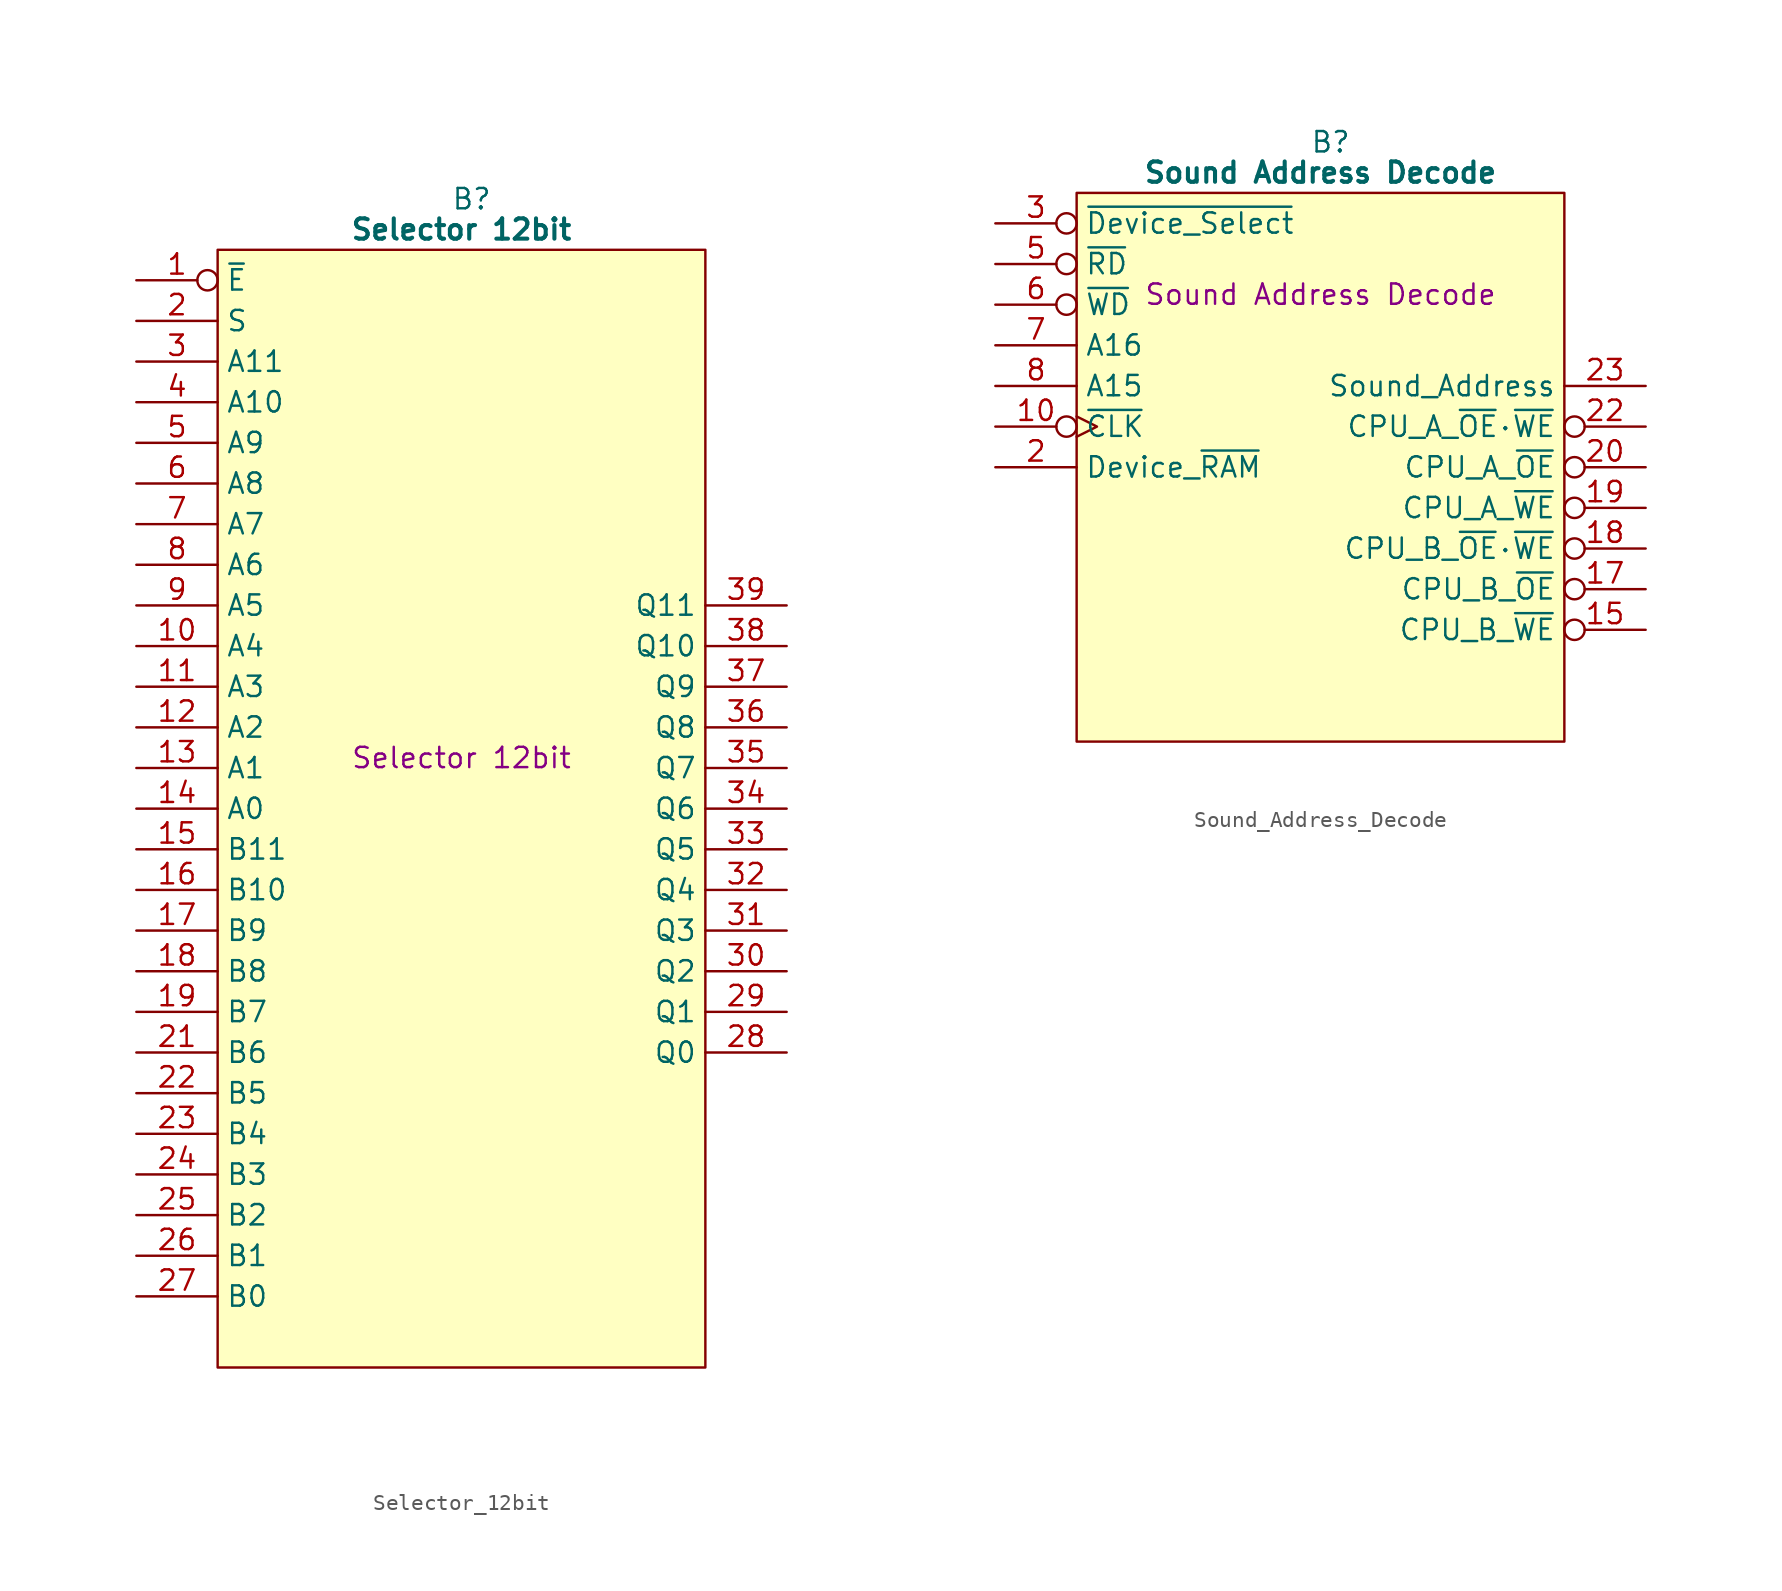
<source format=kicad_sym>
(kicad_symbol_lib
  (version 20220914)
  (generator kicad_symbol_editor)
  (symbol "Selector_12bit"
    (property "Reference" "B"
      (at 15.875 5.08 0)
      (effects (font (size 1.27 1.27))))
    (property "Value" "Selector 12bit"
      (at 15.24 3.175 0)
      (effects (font (size 1.27 1.27) bold)))
    (property "Description" "Selector 12bit"
      (at 15.24 -29.845 0)
      (effects (font (size 1.27 1.27))))
    (symbol "Selector_12bit_0_1"
      (polyline (pts (xy 0 1.905) (xy 30.48 1.905) (xy 30.48 -67.945) (xy 0 -67.945) (xy 0 1.905)) (stroke (width 0.152) (type default)) (fill (type background))))
    (symbol "Selector_12bit_1_0"
      (pin tri_state line (at 35.56 -38.1 180) (length 5.08) (name "Q4" (effects (font (size 1.27 1.27)))) (number "32" (effects (font (size 1.27 1.27)))))
      (pin tri_state line (at 35.56 -35.56 180) (length 5.08) (name "Q5" (effects (font (size 1.27 1.27)))) (number "33" (effects (font (size 1.27 1.27)))))
      (pin tri_state line (at 35.56 -33.02 180) (length 5.08) (name "Q6" (effects (font (size 1.27 1.27)))) (number "34" (effects (font (size 1.27 1.27)))))
      (pin tri_state line (at 35.56 -30.48 180) (length 5.08) (name "Q7" (effects (font (size 1.27 1.27)))) (number "35" (effects (font (size 1.27 1.27)))))
      (pin tri_state line (at 35.56 -27.94 180) (length 5.08) (name "Q8" (effects (font (size 1.27 1.27)))) (number "36" (effects (font (size 1.27 1.27)))))
      (pin tri_state line (at 35.56 -25.4 180) (length 5.08) (name "Q9" (effects (font (size 1.27 1.27)))) (number "37" (effects (font (size 1.27 1.27)))))
      (pin tri_state line (at 35.56 -22.86 180) (length 5.08) (name "Q10" (effects (font (size 1.27 1.27)))) (number "38" (effects (font (size 1.27 1.27)))))
      (pin tri_state line (at 35.56 -20.32 180) (length 5.08) (name "Q11" (effects (font (size 1.27 1.27)))) (number "39" (effects (font (size 1.27 1.27))))))
    (symbol "Selector_12bit_1_1"
      (pin input inverted (at -5.08 0 0) (length 5.08) (name "~{E}" (effects (font (size 1.27 1.27)))) (number "1" (effects (font (size 1.27 1.27)))))
      (pin input line (at -5.08 -22.86 0) (length 5.08) (name "A4" (effects (font (size 1.27 1.27)))) (number "10" (effects (font (size 1.27 1.27)))))
      (pin input line (at -5.08 -25.4 0) (length 5.08) (name "A3" (effects (font (size 1.27 1.27)))) (number "11" (effects (font (size 1.27 1.27)))))
      (pin input line (at -5.08 -27.94 0) (length 5.08) (name "A2" (effects (font (size 1.27 1.27)))) (number "12" (effects (font (size 1.27 1.27)))))
      (pin input line (at -5.08 -30.48 0) (length 5.08) (name "A1" (effects (font (size 1.27 1.27)))) (number "13" (effects (font (size 1.27 1.27)))))
      (pin input line (at -5.08 -33.02 0) (length 5.08) (name "A0" (effects (font (size 1.27 1.27)))) (number "14" (effects (font (size 1.27 1.27)))))
      (pin input line (at -5.08 -35.56 0) (length 5.08) (name "B11" (effects (font (size 1.27 1.27)))) (number "15" (effects (font (size 1.27 1.27)))))
      (pin input line (at -5.08 -38.1 0) (length 5.08) (name "B10" (effects (font (size 1.27 1.27)))) (number "16" (effects (font (size 1.27 1.27)))))
      (pin input line (at -5.08 -40.64 0) (length 5.08) (name "B9" (effects (font (size 1.27 1.27)))) (number "17" (effects (font (size 1.27 1.27)))))
      (pin input line (at -5.08 -43.18 0) (length 5.08) (name "B8" (effects (font (size 1.27 1.27)))) (number "18" (effects (font (size 1.27 1.27)))))
      (pin input line (at -5.08 -45.72 0) (length 5.08) (name "B7" (effects (font (size 1.27 1.27)))) (number "19" (effects (font (size 1.27 1.27)))))
      (pin input line (at -5.08 -2.54 0) (length 5.08) (name "S" (effects (font (size 1.27 1.27)))) (number "2" (effects (font (size 1.27 1.27)))))
      (pin passive line (at -5.08 -66.04 0) (length 5.08) hide (name "5V" (effects (font (size 1.27 1.27)))) (number "20" (effects (font (size 1.27 1.27)))))
      (pin input line (at -5.08 -48.26 0) (length 5.08) (name "B6" (effects (font (size 1.27 1.27)))) (number "21" (effects (font (size 1.27 1.27)))))
      (pin input line (at -5.08 -50.8 0) (length 5.08) (name "B5" (effects (font (size 1.27 1.27)))) (number "22" (effects (font (size 1.27 1.27)))))
      (pin input line (at -5.08 -53.34 0) (length 5.08) (name "B4" (effects (font (size 1.27 1.27)))) (number "23" (effects (font (size 1.27 1.27)))))
      (pin input line (at -5.08 -55.88 0) (length 5.08) (name "B3" (effects (font (size 1.27 1.27)))) (number "24" (effects (font (size 1.27 1.27)))))
      (pin input line (at -5.08 -58.42 0) (length 5.08) (name "B2" (effects (font (size 1.27 1.27)))) (number "25" (effects (font (size 1.27 1.27)))))
      (pin input line (at -5.08 -60.96 0) (length 5.08) (name "B1" (effects (font (size 1.27 1.27)))) (number "26" (effects (font (size 1.27 1.27)))))
      (pin input line (at -5.08 -63.5 0) (length 5.08) (name "B0" (effects (font (size 1.27 1.27)))) (number "27" (effects (font (size 1.27 1.27)))))
      (pin tri_state line (at 35.56 -48.26 180) (length 5.08) (name "Q0" (effects (font (size 1.27 1.27)))) (number "28" (effects (font (size 1.27 1.27)))))
      (pin tri_state line (at 35.56 -45.72 180) (length 5.08) (name "Q1" (effects (font (size 1.27 1.27)))) (number "29" (effects (font (size 1.27 1.27)))))
      (pin input line (at -5.08 -5.08 0) (length 5.08) (name "A11" (effects (font (size 1.27 1.27)))) (number "3" (effects (font (size 1.27 1.27)))))
      (pin tri_state line (at 35.56 -43.18 180) (length 5.08) (name "Q2" (effects (font (size 1.27 1.27)))) (number "30" (effects (font (size 1.27 1.27)))))
      (pin tri_state line (at 35.56 -40.64 180) (length 5.08) (name "Q3" (effects (font (size 1.27 1.27)))) (number "31" (effects (font (size 1.27 1.27)))))
      (pin input line (at -5.08 -7.62 0) (length 5.08) (name "A10" (effects (font (size 1.27 1.27)))) (number "4" (effects (font (size 1.27 1.27)))))
      (pin passive line (at 35.56 0 180) (length 5.08) hide (name "GND" (effects (font (size 1.27 1.27)))) (number "40" (effects (font (size 1.27 1.27)))))
      (pin input line (at -5.08 -10.16 0) (length 5.08) (name "A9" (effects (font (size 1.27 1.27)))) (number "5" (effects (font (size 1.27 1.27)))))
      (pin input line (at -5.08 -12.7 0) (length 5.08) (name "A8" (effects (font (size 1.27 1.27)))) (number "6" (effects (font (size 1.27 1.27)))))
      (pin input line (at -5.08 -15.24 0) (length 5.08) (name "A7" (effects (font (size 1.27 1.27)))) (number "7" (effects (font (size 1.27 1.27)))))
      (pin input line (at -5.08 -17.78 0) (length 5.08) (name "A6" (effects (font (size 1.27 1.27)))) (number "8" (effects (font (size 1.27 1.27)))))
      (pin input line (at -5.08 -20.32 0) (length 5.08) (name "A5" (effects (font (size 1.27 1.27)))) (number "9" (effects (font (size 1.27 1.27)))))))
  (symbol "Sound_Address_Decode"
    (property "Reference" "B"
      (at 15.875 5.08 0)
      (effects (font (size 1.27 1.27))))
    (property "Value" "Sound Address Decode"
      (at 15.24 3.175 0)
      (effects (font (size 1.27 1.27) bold)))
    (property "Description" "Sound Address Decode"
      (at 15.24 -4.445 0)
      (effects (font (size 1.27 1.27))))
    (symbol "Sound_Address_Decode_0_1"
      (polyline (pts (xy 0 1.905) (xy 30.48 1.905) (xy 30.48 -32.385) (xy 0 -32.385) (xy 0 1.905)) (stroke (width 0.152) (type default)) (fill (type background))))
    (symbol "Sound_Address_Decode_1_1"
      (pin passive line (at -5.08 -27.94 0) (length 5.08) hide (name "5V" (effects (font (size 1.27 1.27)))) (number "1" (effects (font (size 1.27 1.27)))))
      (pin input inverted_clock (at -5.08 -12.7 0) (length 5.08) (name "~{CLK}" (effects (font (size 1.27 1.27)))) (number "10" (effects (font (size 1.27 1.27)))))
      (pin no_connect line (at -5.08 -17.78 0) (length 5.08) hide (name "N.C." (effects (font (size 1.27 1.27)))) (number "11" (effects (font (size 1.27 1.27)))))
      (pin no_connect line (at -5.08 -20.32 0) (length 5.08) hide (name "N.C." (effects (font (size 1.27 1.27)))) (number "12" (effects (font (size 1.27 1.27)))))
      (pin passive line (at -5.08 -30.48 0) (length 5.08) hide (name "5V" (effects (font (size 1.27 1.27)))) (number "13" (effects (font (size 1.27 1.27)))))
      (pin no_connect line (at -5.08 -22.86 0) (length 5.08) hide (name "N.C." (effects (font (size 1.27 1.27)))) (number "14" (effects (font (size 1.27 1.27)))))
      (pin output inverted (at 35.56 -25.4 180) (length 5.08) (name "CPU_B_~{WE}" (effects (font (size 1.27 1.27)))) (number "15" (effects (font (size 1.27 1.27)))))
      (pin passive line (at 35.56 -5.08 180) (length 5.08) hide (name "GND" (effects (font (size 1.27 1.27)))) (number "16" (effects (font (size 1.27 1.27)))))
      (pin output inverted (at 35.56 -22.86 180) (length 5.08) (name "CPU_B_~{OE}" (effects (font (size 1.27 1.27)))) (number "17" (effects (font (size 1.27 1.27)))))
      (pin output inverted (at 35.56 -20.32 180) (length 5.08) (name "CPU_B_~{OE}·~{WE}" (effects (font (size 1.27 1.27)))) (number "18" (effects (font (size 1.27 1.27)))))
      (pin output inverted (at 35.56 -17.78 180) (length 5.08) (name "CPU_A_~{WE}" (effects (font (size 1.27 1.27)))) (number "19" (effects (font (size 1.27 1.27)))))
      (pin input line (at -5.08 -15.24 0) (length 5.08) (name "Device_~{RAM}" (effects (font (size 1.27 1.27)))) (number "2" (effects (font (size 1.27 1.27)))))
      (pin output inverted (at 35.56 -15.24 180) (length 5.08) (name "CPU_A_~{OE}" (effects (font (size 1.27 1.27)))) (number "20" (effects (font (size 1.27 1.27)))))
      (pin passive line (at 35.56 -7.62 180) (length 5.08) hide (name "GND" (effects (font (size 1.27 1.27)))) (number "21" (effects (font (size 1.27 1.27)))))
      (pin output inverted (at 35.56 -12.7 180) (length 5.08) (name "CPU_A_~{OE}·~{WE}" (effects (font (size 1.27 1.27)))) (number "22" (effects (font (size 1.27 1.27)))))
      (pin output line (at 35.56 -10.16 180) (length 5.08) (name "Sound_Address" (effects (font (size 1.27 1.27)))) (number "23" (effects (font (size 1.27 1.27)))))
      (pin no_connect line (at -5.08 -25.4 0) (length 5.08) hide (name "N.C." (effects (font (size 1.27 1.27)))) (number "24" (effects (font (size 1.27 1.27)))))
      (pin input inverted (at -5.08 0 0) (length 5.08) (name "~{Device_Select}" (effects (font (size 1.27 1.27)))) (number "3" (effects (font (size 1.27 1.27)))))
      (pin passive line (at 35.56 0 180) (length 5.08) hide (name "GND" (effects (font (size 1.27 1.27)))) (number "4" (effects (font (size 1.27 1.27)))))
      (pin input inverted (at -5.08 -2.54 0) (length 5.08) (name "~{RD}" (effects (font (size 1.27 1.27)))) (number "5" (effects (font (size 1.27 1.27)))))
      (pin input inverted (at -5.08 -5.08 0) (length 5.08) (name "~{WD}" (effects (font (size 1.27 1.27)))) (number "6" (effects (font (size 1.27 1.27)))))
      (pin input line (at -5.08 -7.62 0) (length 5.08) (name "A16" (effects (font (size 1.27 1.27)))) (number "7" (effects (font (size 1.27 1.27)))))
      (pin input line (at -5.08 -10.16 0) (length 5.08) (name "A15" (effects (font (size 1.27 1.27)))) (number "8" (effects (font (size 1.27 1.27)))))
      (pin passive line (at 35.56 -2.54 180) (length 5.08) hide (name "GND" (effects (font (size 1.27 1.27)))) (number "9" (effects (font (size 1.27 1.27))))))))
</source>
